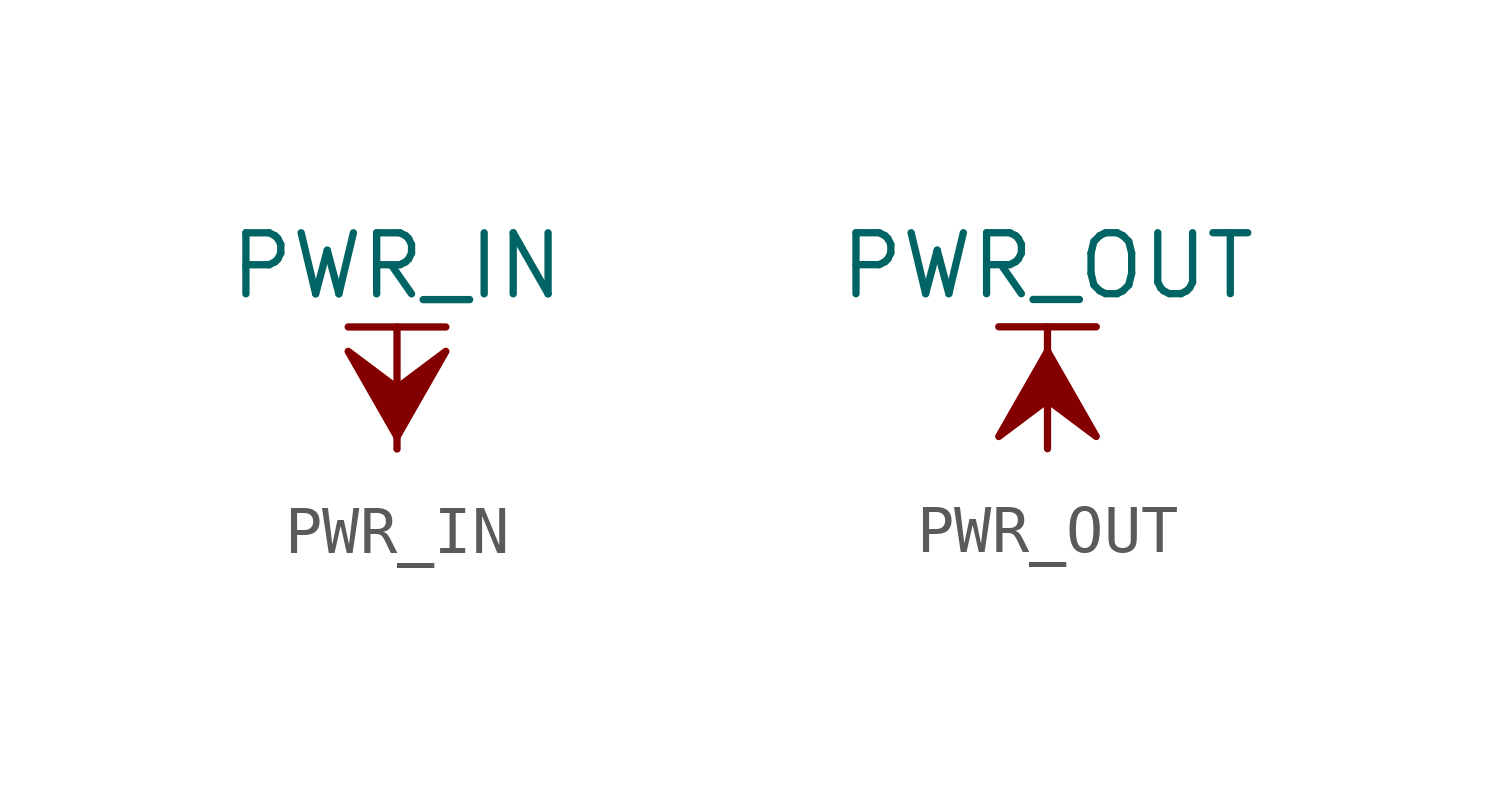
<source format=kicad_sym>
(kicad_symbol_lib
  (version 20231120)
  (generator "kicad_symbol_editor")
  (generator_version "8.99")
  (symbol "PWR_IN"
    (power)
    (pin_names
      (offset 0))
    (property "Reference" "#PWR"
      (at 0 -3.81 0)
      (effects (font (size 1.27 1.27)) (hide yes)))
    (property "Value" "PWR_IN"
      (at 0 3.81 0)
      (effects (font (size 1.27 1.27))))
    (symbol "PWR_IN_0_1"
      (polyline (pts (xy -1.016 2.54) (xy 1.016 2.54)) (stroke (width 0.152) (type default)) (fill (type none)))
      (polyline (pts (xy 0 0) (xy 0 2.54)) (stroke (width 0.152) (type default)) (fill (type none))))
    (symbol "PWR_IN_1_1"
      (polyline (pts (xy 0 0.254) (xy 1.016 2.032) (xy 0 1.27) (xy -1.016 2.032) (xy 0 0.254)) (stroke (width 0) (type default)) (fill (type outline)))
      (pin power_in line (at 0 0 90) (length 0) hide (name "PWR_IN" (effects (font (size 1.27 1.27)))) (number "1" (effects (font (size 1.27 1.27)))))))
  (symbol "PWR_OUT"
    (power)
    (pin_names
      (offset 0))
    (property "Reference" "#PWR"
      (at 0 -3.81 0)
      (effects (font (size 1.27 1.27)) (hide yes)))
    (property "Value" "PWR_OUT"
      (at 0 3.81 0)
      (effects (font (size 1.27 1.27))))
    (symbol "PWR_OUT_0_1"
      (polyline (pts (xy -1.016 2.54) (xy 1.016 2.54)) (stroke (width 0.152) (type default)) (fill (type none)))
      (polyline (pts (xy 0 0) (xy 0 2.54)) (stroke (width 0.152) (type default)) (fill (type none))))
    (symbol "PWR_OUT_1_1"
      (polyline (pts (xy 0 2.032) (xy -1.016 0.254) (xy 0 1.016) (xy 1.016 0.254) (xy 0 2.032)) (stroke (width 0) (type default)) (fill (type outline)))
      (pin power_in line (at 0 0 90) (length 0) hide (name "PWR_OUT" (effects (font (size 1.27 1.27)))) (number "1" (effects (font (size 1.27 1.27))))))))
</source>
